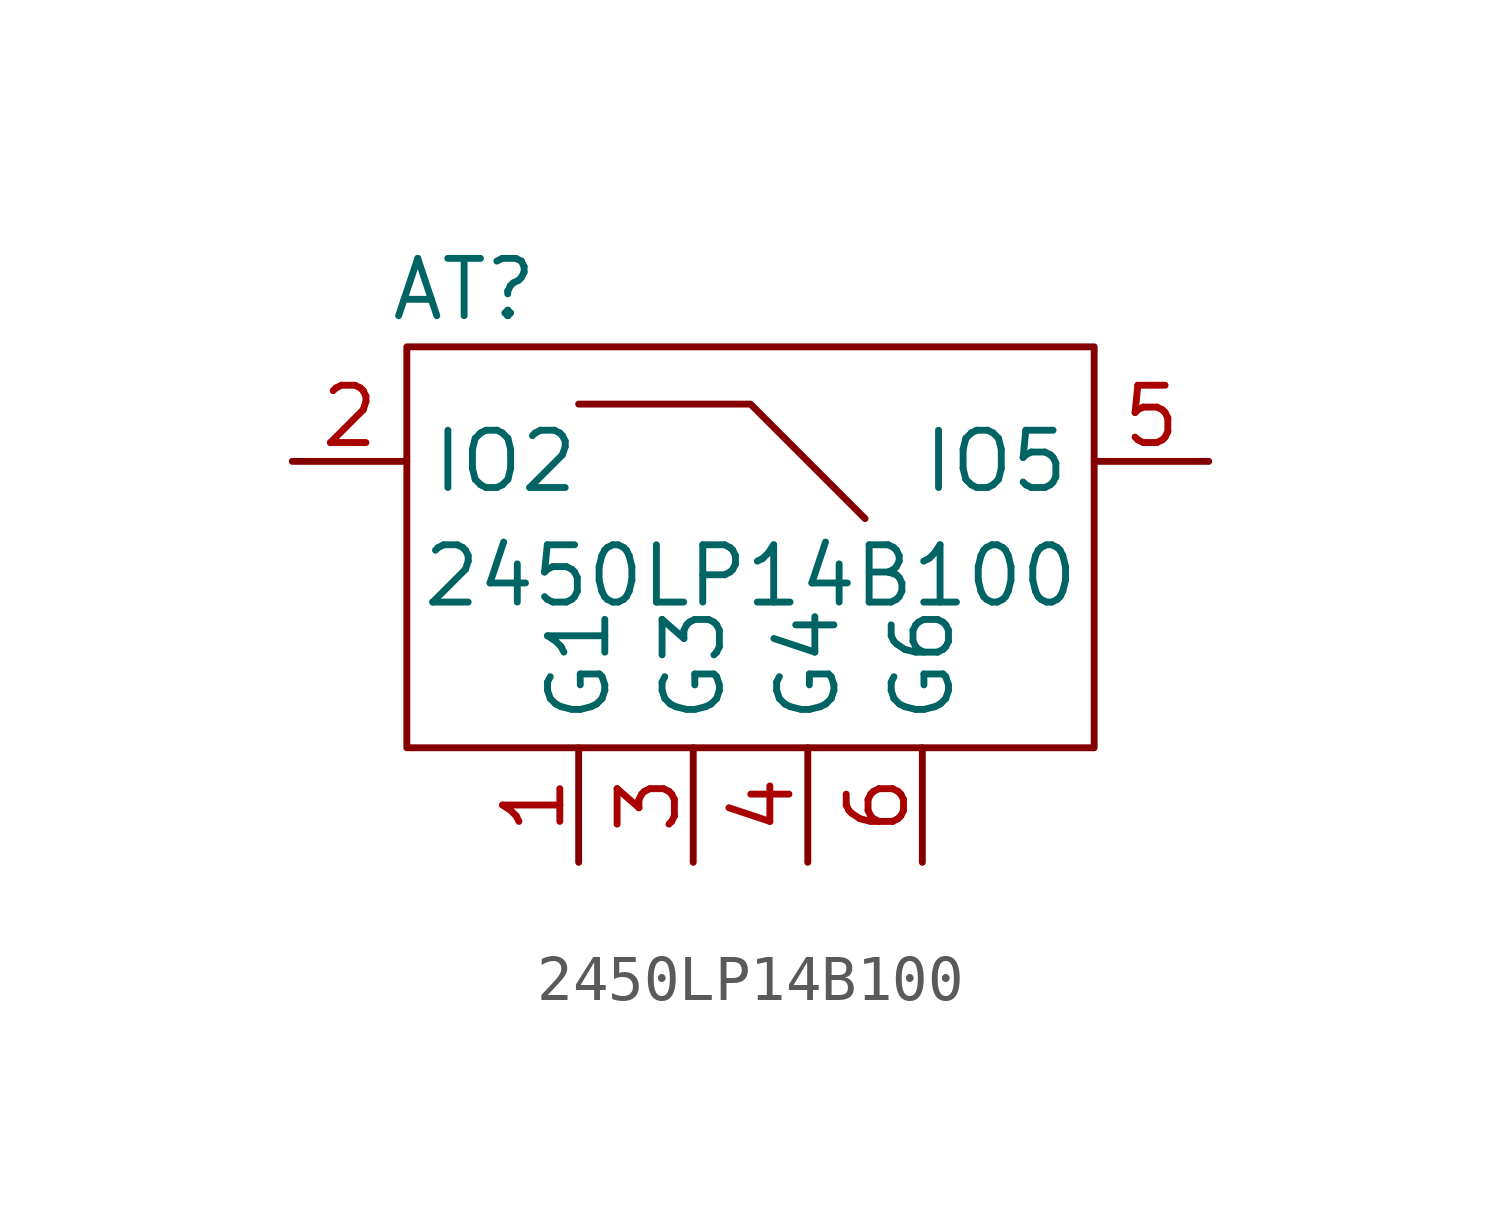
<source format=kicad_sym>
(kicad_symbol_lib
  (version 20211014)
  (generator kicad_symbol_editor)
  (symbol "2450LP14B100"
    (property "Reference" "AT"
      (at -6.35 7.62 0)
      (effects (font (size 1.27 1.27))))
    (property "Value" "2450LP14B100"
      (at 0 1.27 0)
      (effects (font (size 1.27 1.27))))
    (symbol "2450LP14B100_0_1"
      (rectangle (start -7.62 6.35) (end 7.62 -2.54) (stroke (width 0) (type default) (color 0 0 0 0)) (fill (type none)))
      (polyline (pts (xy -3.81 5.08) (xy 0 5.08) (xy 2.54 2.54)) (stroke (width 0) (type default) (color 0 0 0 0)) (fill (type none))))
    (symbol "2450LP14B100_1_1"
      (pin power_in line (at -3.81 -5.08 90) (length 2.54) (name "G1" (effects (font (size 1.27 1.27)))) (number "1" (effects (font (size 1.27 1.27)))))
      (pin bidirectional line (at -10.16 3.81 0) (length 2.54) (name "IO2" (effects (font (size 1.27 1.27)))) (number "2" (effects (font (size 1.27 1.27)))))
      (pin power_in line (at -1.27 -5.08 90) (length 2.54) (name "G3" (effects (font (size 1.27 1.27)))) (number "3" (effects (font (size 1.27 1.27)))))
      (pin power_in line (at 1.27 -5.08 90) (length 2.54) (name "G4" (effects (font (size 1.27 1.27)))) (number "4" (effects (font (size 1.27 1.27)))))
      (pin bidirectional line (at 10.16 3.81 180) (length 2.54) (name "IO5" (effects (font (size 1.27 1.27)))) (number "5" (effects (font (size 1.27 1.27)))))
      (pin power_in line (at 3.81 -5.08 90) (length 2.54) (name "G6" (effects (font (size 1.27 1.27)))) (number "6" (effects (font (size 1.27 1.27))))))))
</source>
